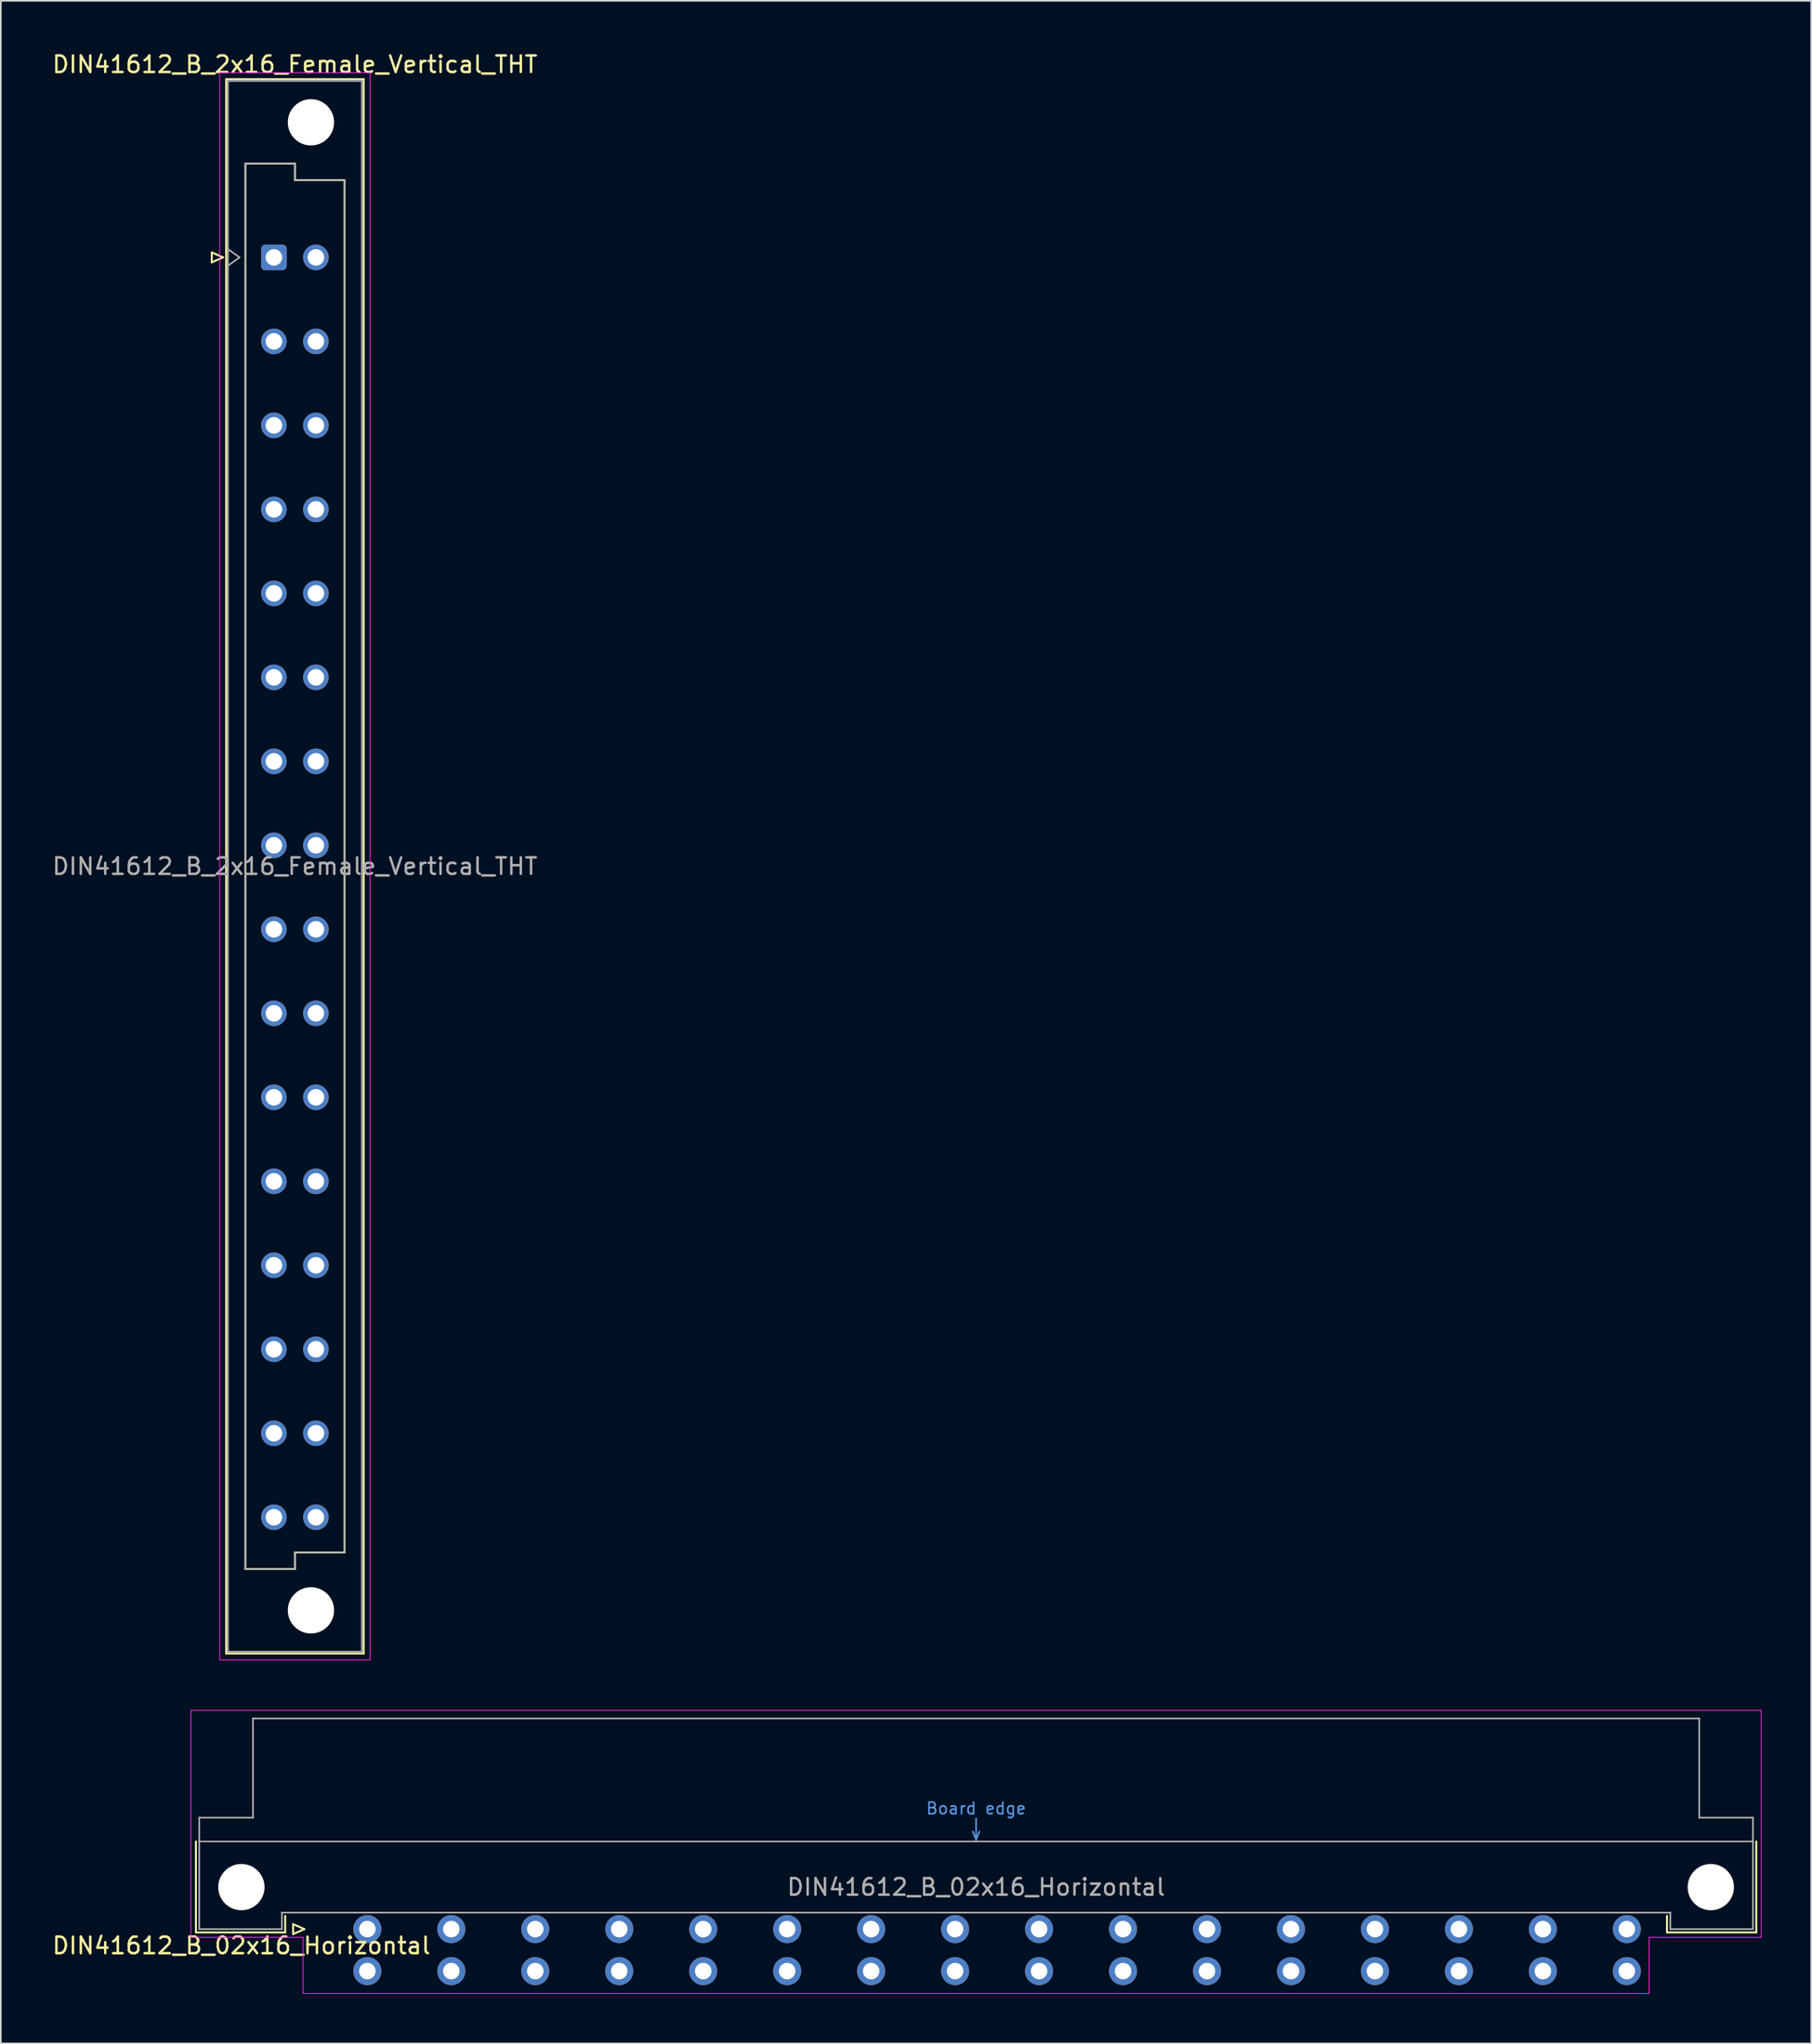
<source format=kicad_pcb>
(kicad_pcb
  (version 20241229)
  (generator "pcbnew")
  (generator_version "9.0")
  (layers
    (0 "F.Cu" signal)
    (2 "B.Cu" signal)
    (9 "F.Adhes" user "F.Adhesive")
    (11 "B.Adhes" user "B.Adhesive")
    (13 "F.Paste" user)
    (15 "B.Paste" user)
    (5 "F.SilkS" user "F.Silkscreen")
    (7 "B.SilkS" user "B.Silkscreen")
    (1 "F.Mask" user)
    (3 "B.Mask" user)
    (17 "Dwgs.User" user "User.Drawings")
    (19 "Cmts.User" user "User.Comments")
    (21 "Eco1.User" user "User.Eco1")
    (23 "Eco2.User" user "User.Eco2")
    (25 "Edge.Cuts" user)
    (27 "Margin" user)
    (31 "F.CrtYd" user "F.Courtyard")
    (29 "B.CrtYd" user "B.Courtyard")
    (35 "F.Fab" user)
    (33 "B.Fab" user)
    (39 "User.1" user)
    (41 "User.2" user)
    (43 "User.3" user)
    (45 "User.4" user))
  (footprint "DIN41612_B_02x16_Horizontal"
    (layer "F.Cu")
    (at 16.634 113.628)
    (property "Reference" "DIN41612_B_02x16_Horizontal" (at -5.08 1 0) (layer "F.SilkS") (effects (font (size 1 1) (thickness 0.15))))
    (attr through_hole)
    (fp_line (start -7.83 -5.3) (end -7.83 0.2) (stroke (width 0.12) (type solid)) (layer "F.SilkS"))
    (fp_line (start -7.83 0.2) (end -2.43 0.2) (stroke (width 0.12) (type solid)) (layer "F.SilkS"))
    (fp_line (start -2.43 0.2) (end -2.43 -0.8) (stroke (width 0.12) (type solid)) (layer "F.SilkS"))
    (fp_line (start -1.95 -0.3) (end -1.95 0.3) (stroke (width 0.12) (type solid)) (layer "F.SilkS"))
    (fp_line (start -1.95 0.3) (end -1.27 0) (stroke (width 0.12) (type solid)) (layer "F.SilkS"))
    (fp_line (start -1.27 0) (end -1.95 -0.3) (stroke (width 0.12) (type solid)) (layer "F.SilkS"))
    (fp_line (start 81.17 0.2) (end 81.17 -0.8) (stroke (width 0.12) (type solid)) (layer "F.SilkS"))
    (fp_line (start 86.57 -5.3) (end 86.57 0.2) (stroke (width 0.12) (type solid)) (layer "F.SilkS"))
    (fp_line (start 86.57 0.2) (end 81.17 0.2) (stroke (width 0.12) (type solid)) (layer "F.SilkS"))
    (fp_line (start -7.63 -5.3) (end 86.37 -5.3) (stroke (width 0.08) (type solid)) (layer "Dwgs.User"))
    (fp_line (start 39.17 -5.9) (end 39.37 -5.4) (stroke (width 0.1) (type solid)) (layer "Cmts.User"))
    (fp_line (start 39.37 -5.4) (end 39.37 -6.7) (stroke (width 0.1) (type solid)) (layer "Cmts.User"))
    (fp_line (start 39.37 -5.4) (end 39.57 -5.9) (stroke (width 0.1) (type solid)) (layer "Cmts.User"))
    (fp_line (start -8.13 -13.23) (end -8.13 0.5) (stroke (width 0.05) (type solid)) (layer "F.CrtYd"))
    (fp_line (start -8.13 0.5) (end -1.35 0.5) (stroke (width 0.05) (type solid)) (layer "F.CrtYd"))
    (fp_line (start -1.35 0.5) (end -1.35 3.89) (stroke (width 0.05) (type solid)) (layer "F.CrtYd"))
    (fp_line (start -1.35 3.89) (end 80.09 3.89) (stroke (width 0.05) (type solid)) (layer "F.CrtYd"))
    (fp_line (start 80.09 0.5) (end 86.87 0.5) (stroke (width 0.05) (type solid)) (layer "F.CrtYd"))
    (fp_line (start 80.09 3.89) (end 80.09 0.5) (stroke (width 0.05) (type solid)) (layer "F.CrtYd"))
    (fp_line (start 86.87 -13.23) (end -8.13 -13.23) (stroke (width 0.05) (type solid)) (layer "F.CrtYd"))
    (fp_line (start 86.87 0.5) (end 86.87 -13.23) (stroke (width 0.05) (type solid)) (layer "F.CrtYd"))
    (fp_line (start -7.63 -6.74) (end -7.63 0) (stroke (width 0.1) (type solid)) (layer "F.Fab"))
    (fp_line (start -7.63 0) (end -2.63 0) (stroke (width 0.1) (type solid)) (layer "F.Fab"))
    (fp_line (start -4.38 -12.74) (end -4.38 -6.74) (stroke (width 0.1) (type solid)) (layer "F.Fab"))
    (fp_line (start -4.38 -6.74) (end -7.63 -6.74) (stroke (width 0.1) (type solid)) (layer "F.Fab"))
    (fp_line (start -2.63 -1) (end 81.37 -1) (stroke (width 0.1) (type solid)) (layer "F.Fab"))
    (fp_line (start -2.63 0) (end -2.63 -1) (stroke (width 0.1) (type solid)) (layer "F.Fab"))
    (fp_line (start 81.37 -1) (end 81.37 0) (stroke (width 0.1) (type solid)) (layer "F.Fab"))
    (fp_line (start 81.37 0) (end 86.37 0) (stroke (width 0.1) (type solid)) (layer "F.Fab"))
    (fp_line (start 83.12 -12.74) (end -4.38 -12.74) (stroke (width 0.1) (type solid)) (layer "F.Fab"))
    (fp_line (start 83.12 -6.74) (end 83.12 -12.74) (stroke (width 0.1) (type solid)) (layer "F.Fab"))
    (fp_line (start 86.37 -6.74) (end 83.12 -6.74) (stroke (width 0.1) (type solid)) (layer "F.Fab"))
    (fp_line (start 86.37 0) (end 86.37 -6.74) (stroke (width 0.1) (type solid)) (layer "F.Fab"))
    (fp_text user "Board edge" (at 39.37 -7.3 0) (layer "Cmts.User") (effects (font (size 0.7 0.7) (thickness 0.1))))
    (fp_text user "${REFERENCE}" (at 39.37 -2.54 0) (layer "F.Fab") (effects (font (size 1 1) (thickness 0.15))))
    (pad "" np_thru_hole circle (at -5.08 -2.54) (size 2.8 2.8) (drill 2.8) (layers "*.Cu" "*.Mask"))
    (pad "" np_thru_hole circle (at 83.82 -2.54) (size 2.8 2.8) (drill 2.8) (layers "*.Cu" "*.Mask"))
    (pad "a2" thru_hole circle (at 2.54 0) (size 1.7 1.7) (drill 1) (layers "*.Cu" "*.Mask"))
    (pad "a4" thru_hole circle (at 7.62 0) (size 1.7 1.7) (drill 1) (layers "*.Cu" "*.Mask"))
    (pad "a6" thru_hole circle (at 12.7 0) (size 1.7 1.7) (drill 1) (layers "*.Cu" "*.Mask"))
    (pad "a8" thru_hole circle (at 17.78 0) (size 1.7 1.7) (drill 1) (layers "*.Cu" "*.Mask"))
    (pad "a10" thru_hole circle (at 22.86 0) (size 1.7 1.7) (drill 1) (layers "*.Cu" "*.Mask"))
    (pad "a12" thru_hole circle (at 27.94 0) (size 1.7 1.7) (drill 1) (layers "*.Cu" "*.Mask"))
    (pad "a14" thru_hole circle (at 33.02 0) (size 1.7 1.7) (drill 1) (layers "*.Cu" "*.Mask"))
    (pad "a16" thru_hole circle (at 38.1 0) (size 1.7 1.7) (drill 1) (layers "*.Cu" "*.Mask"))
    (pad "a18" thru_hole circle (at 43.18 0) (size 1.7 1.7) (drill 1) (layers "*.Cu" "*.Mask"))
    (pad "a20" thru_hole circle (at 48.26 0) (size 1.7 1.7) (drill 1) (layers "*.Cu" "*.Mask"))
    (pad "a22" thru_hole circle (at 53.34 0) (size 1.7 1.7) (drill 1) (layers "*.Cu" "*.Mask"))
    (pad "a24" thru_hole circle (at 58.42 0) (size 1.7 1.7) (drill 1) (layers "*.Cu" "*.Mask"))
    (pad "a26" thru_hole circle (at 63.5 0) (size 1.7 1.7) (drill 1) (layers "*.Cu" "*.Mask"))
    (pad "a28" thru_hole circle (at 68.58 0) (size 1.7 1.7) (drill 1) (layers "*.Cu" "*.Mask"))
    (pad "a30" thru_hole circle (at 73.66 0) (size 1.7 1.7) (drill 1) (layers "*.Cu" "*.Mask"))
    (pad "a32" thru_hole circle (at 78.74 0) (size 1.7 1.7) (drill 1) (layers "*.Cu" "*.Mask"))
    (pad "b2" thru_hole circle (at 2.54 2.54) (size 1.7 1.7) (drill 1) (layers "*.Cu" "*.Mask"))
    (pad "b4" thru_hole circle (at 7.62 2.54) (size 1.7 1.7) (drill 1) (layers "*.Cu" "*.Mask"))
    (pad "b6" thru_hole circle (at 12.7 2.54) (size 1.7 1.7) (drill 1) (layers "*.Cu" "*.Mask"))
    (pad "b8" thru_hole circle (at 17.78 2.54) (size 1.7 1.7) (drill 1) (layers "*.Cu" "*.Mask"))
    (pad "b10" thru_hole circle (at 22.86 2.54) (size 1.7 1.7) (drill 1) (layers "*.Cu" "*.Mask"))
    (pad "b12" thru_hole circle (at 27.94 2.54) (size 1.7 1.7) (drill 1) (layers "*.Cu" "*.Mask"))
    (pad "b14" thru_hole circle (at 33.02 2.54) (size 1.7 1.7) (drill 1) (layers "*.Cu" "*.Mask"))
    (pad "b16" thru_hole circle (at 38.1 2.54) (size 1.7 1.7) (drill 1) (layers "*.Cu" "*.Mask"))
    (pad "b18" thru_hole circle (at 43.18 2.54) (size 1.7 1.7) (drill 1) (layers "*.Cu" "*.Mask"))
    (pad "b20" thru_hole circle (at 48.26 2.54) (size 1.7 1.7) (drill 1) (layers "*.Cu" "*.Mask"))
    (pad "b22" thru_hole circle (at 53.34 2.54) (size 1.7 1.7) (drill 1) (layers "*.Cu" "*.Mask"))
    (pad "b24" thru_hole circle (at 58.42 2.54) (size 1.7 1.7) (drill 1) (layers "*.Cu" "*.Mask"))
    (pad "b26" thru_hole circle (at 63.5 2.54) (size 1.7 1.7) (drill 1) (layers "*.Cu" "*.Mask"))
    (pad "b28" thru_hole circle (at 68.58 2.54) (size 1.7 1.7) (drill 1) (layers "*.Cu" "*.Mask"))
    (pad "b30" thru_hole circle (at 73.66 2.54) (size 1.7 1.7) (drill 1) (layers "*.Cu" "*.Mask"))
    (pad "b32" thru_hole circle (at 78.74 2.54) (size 1.7 1.7) (drill 1) (layers "*.Cu" "*.Mask")))
  (footprint "DIN41612_B_2x16_Female_Vertical_THT"
    (layer "F.Cu")
    (at 13.522 9.978)
    (property "Reference" "DIN41612_B_2x16_Female_Vertical_THT" (at 1.27 -9.13 0) (layer "F.SilkS") (effects (font (size 1 1) (thickness 0.15))))
    (attr through_hole)
    (fp_line (start -3.76 2.24) (end -3.76 2.84) (stroke (width 0.12) (type solid)) (layer "F.SilkS"))
    (fp_line (start -3.76 2.84) (end -3.08 2.54) (stroke (width 0.12) (type solid)) (layer "F.SilkS"))
    (fp_line (start -3.08 2.54) (end -3.76 2.24) (stroke (width 0.12) (type solid)) (layer "F.SilkS"))
    (fp_line (start -2.89 -8.24) (end 5.43 -8.24) (stroke (width 0.12) (type solid)) (layer "F.SilkS"))
    (fp_line (start -2.89 86.98) (end -2.89 -8.24) (stroke (width 0.12) (type solid)) (layer "F.SilkS"))
    (fp_line (start -1.73 -3.131) (end 1.27 -3.131) (stroke (width 0.12) (type solid)) (layer "F.SilkS"))
    (fp_line (start -1.73 81.87) (end -1.73 -3.131) (stroke (width 0.12) (type solid)) (layer "F.SilkS"))
    (fp_line (start 1.27 -3.131) (end 1.27 -2.131) (stroke (width 0.12) (type solid)) (layer "F.SilkS"))
    (fp_line (start 1.27 -2.131) (end 4.27 -2.131) (stroke (width 0.12) (type solid)) (layer "F.SilkS"))
    (fp_line (start 1.27 80.87) (end 1.27 81.87) (stroke (width 0.12) (type solid)) (layer "F.SilkS"))
    (fp_line (start 1.27 81.87) (end -1.73 81.87) (stroke (width 0.12) (type solid)) (layer "F.SilkS"))
    (fp_line (start 4.27 -2.131) (end 4.27 80.87) (stroke (width 0.12) (type solid)) (layer "F.SilkS"))
    (fp_line (start 4.27 80.87) (end 1.27 80.87) (stroke (width 0.12) (type solid)) (layer "F.SilkS"))
    (fp_line (start 5.43 -8.24) (end 5.43 86.98) (stroke (width 0.12) (type solid)) (layer "F.SilkS"))
    (fp_line (start 5.43 86.98) (end -2.89 86.98) (stroke (width 0.12) (type solid)) (layer "F.SilkS"))
    (fp_line (start -3.28 -8.63) (end 5.82 -8.63) (stroke (width 0.05) (type solid)) (layer "F.CrtYd"))
    (fp_line (start -3.28 87.37) (end -3.28 -8.63) (stroke (width 0.05) (type solid)) (layer "F.CrtYd"))
    (fp_line (start 5.82 -8.63) (end 5.82 87.37) (stroke (width 0.05) (type solid)) (layer "F.CrtYd"))
    (fp_line (start 5.82 87.37) (end -3.28 87.37) (stroke (width 0.05) (type solid)) (layer "F.CrtYd"))
    (fp_line (start -2.78 -8.13) (end 5.32 -8.13) (stroke (width 0.1) (type solid)) (layer "F.Fab"))
    (fp_line (start -2.78 2.04) (end -2.08 2.54) (stroke (width 0.1) (type solid)) (layer "F.Fab"))
    (fp_line (start -2.78 86.87) (end -2.78 -8.13) (stroke (width 0.1) (type solid)) (layer "F.Fab"))
    (fp_line (start -2.08 2.54) (end -2.78 3.04) (stroke (width 0.1) (type solid)) (layer "F.Fab"))
    (fp_line (start -1.73 -3.13) (end 1.27 -3.13) (stroke (width 0.1) (type solid)) (layer "F.Fab"))
    (fp_line (start -1.73 81.87) (end -1.73 -3.13) (stroke (width 0.1) (type solid)) (layer "F.Fab"))
    (fp_line (start 1.27 -3.13) (end 1.27 -2.13) (stroke (width 0.1) (type solid)) (layer "F.Fab"))
    (fp_line (start 1.27 -2.13) (end 4.27 -2.13) (stroke (width 0.1) (type solid)) (layer "F.Fab"))
    (fp_line (start 1.27 80.87) (end 1.27 81.87) (stroke (width 0.1) (type solid)) (layer "F.Fab"))
    (fp_line (start 1.27 81.87) (end -1.73 81.87) (stroke (width 0.1) (type solid)) (layer "F.Fab"))
    (fp_line (start 4.27 -2.13) (end 4.27 80.87) (stroke (width 0.1) (type solid)) (layer "F.Fab"))
    (fp_line (start 4.27 80.87) (end 1.27 80.87) (stroke (width 0.1) (type solid)) (layer "F.Fab"))
    (fp_line (start 5.32 -8.13) (end 5.32 86.87) (stroke (width 0.1) (type solid)) (layer "F.Fab"))
    (fp_line (start 5.32 86.87) (end -2.78 86.87) (stroke (width 0.1) (type solid)) (layer "F.Fab"))
    (fp_text user "${REFERENCE}" (at 1.27 39.37 0) (layer "F.Fab") (effects (font (size 1 1) (thickness 0.15))))
    (pad "" np_thru_hole circle (at 2.24 -5.63) (size 2.8 2.8) (drill 2.8) (layers "*.Cu" "*.Mask"))
    (pad "" np_thru_hole circle (at 2.24 84.37) (size 2.8 2.8) (drill 2.8) (layers "*.Cu" "*.Mask"))
    (pad "a0" thru_hole roundrect (at 0 2.54) (size 1.55 1.55) (drill 1) (layers "*.Cu" "*.Mask") (roundrect_rratio 0.161))
    (pad "a1" thru_hole circle (at 0 7.62) (size 1.55 1.55) (drill 1) (layers "*.Cu" "*.Mask"))
    (pad "a2" thru_hole circle (at 0 12.7) (size 1.55 1.55) (drill 1) (layers "*.Cu" "*.Mask"))
    (pad "a3" thru_hole circle (at 0 17.78) (size 1.55 1.55) (drill 1) (layers "*.Cu" "*.Mask"))
    (pad "a4" thru_hole circle (at 0 22.86) (size 1.55 1.55) (drill 1) (layers "*.Cu" "*.Mask"))
    (pad "a5" thru_hole circle (at 0 27.94) (size 1.55 1.55) (drill 1) (layers "*.Cu" "*.Mask"))
    (pad "a6" thru_hole circle (at 0 33.02) (size 1.55 1.55) (drill 1) (layers "*.Cu" "*.Mask"))
    (pad "a7" thru_hole circle (at 0 38.1) (size 1.55 1.55) (drill 1) (layers "*.Cu" "*.Mask"))
    (pad "a8" thru_hole circle (at 0 43.18) (size 1.55 1.55) (drill 1) (layers "*.Cu" "*.Mask"))
    (pad "a9" thru_hole circle (at 0 48.26) (size 1.55 1.55) (drill 1) (layers "*.Cu" "*.Mask"))
    (pad "a10" thru_hole circle (at 0 53.34) (size 1.55 1.55) (drill 1) (layers "*.Cu" "*.Mask"))
    (pad "a11" thru_hole circle (at 0 58.42) (size 1.55 1.55) (drill 1) (layers "*.Cu" "*.Mask"))
    (pad "a12" thru_hole circle (at 0 63.5) (size 1.55 1.55) (drill 1) (layers "*.Cu" "*.Mask"))
    (pad "a13" thru_hole circle (at 0 68.58) (size 1.55 1.55) (drill 1) (layers "*.Cu" "*.Mask"))
    (pad "a14" thru_hole circle (at 0 73.66) (size 1.55 1.55) (drill 1) (layers "*.Cu" "*.Mask"))
    (pad "a15" thru_hole circle (at 0 78.74) (size 1.55 1.55) (drill 1) (layers "*.Cu" "*.Mask"))
    (pad "b0" thru_hole circle (at 2.54 2.54) (size 1.55 1.55) (drill 1) (layers "*.Cu" "*.Mask"))
    (pad "b1" thru_hole circle (at 2.54 7.62) (size 1.55 1.55) (drill 1) (layers "*.Cu" "*.Mask"))
    (pad "b2" thru_hole circle (at 2.54 12.7) (size 1.55 1.55) (drill 1) (layers "*.Cu" "*.Mask"))
    (pad "b3" thru_hole circle (at 2.54 17.78) (size 1.55 1.55) (drill 1) (layers "*.Cu" "*.Mask"))
    (pad "b4" thru_hole circle (at 2.54 22.86) (size 1.55 1.55) (drill 1) (layers "*.Cu" "*.Mask"))
    (pad "b5" thru_hole circle (at 2.54 27.94) (size 1.55 1.55) (drill 1) (layers "*.Cu" "*.Mask"))
    (pad "b6" thru_hole circle (at 2.54 33.02) (size 1.55 1.55) (drill 1) (layers "*.Cu" "*.Mask"))
    (pad "b7" thru_hole circle (at 2.54 38.1) (size 1.55 1.55) (drill 1) (layers "*.Cu" "*.Mask"))
    (pad "b8" thru_hole circle (at 2.54 43.18) (size 1.55 1.55) (drill 1) (layers "*.Cu" "*.Mask"))
    (pad "b9" thru_hole circle (at 2.54 48.26) (size 1.55 1.55) (drill 1) (layers "*.Cu" "*.Mask"))
    (pad "b10" thru_hole circle (at 2.54 53.34) (size 1.55 1.55) (drill 1) (layers "*.Cu" "*.Mask"))
    (pad "b11" thru_hole circle (at 2.54 58.42) (size 1.55 1.55) (drill 1) (layers "*.Cu" "*.Mask"))
    (pad "b12" thru_hole circle (at 2.54 63.5) (size 1.55 1.55) (drill 1) (layers "*.Cu" "*.Mask"))
    (pad "b13" thru_hole circle (at 2.54 68.58) (size 1.55 1.55) (drill 1) (layers "*.Cu" "*.Mask"))
    (pad "b14" thru_hole circle (at 2.54 73.66) (size 1.55 1.55) (drill 1) (layers "*.Cu" "*.Mask"))
    (pad "b15" thru_hole circle (at 2.54 78.74) (size 1.55 1.55) (drill 1) (layers "*.Cu" "*.Mask")))
  (gr_rect
    (start -3 -3)
    (end 106.529 120.543)
    (stroke (width 0.1) (type default))
    (fill no)
    (layer "Edge.Cuts")))
</source>
